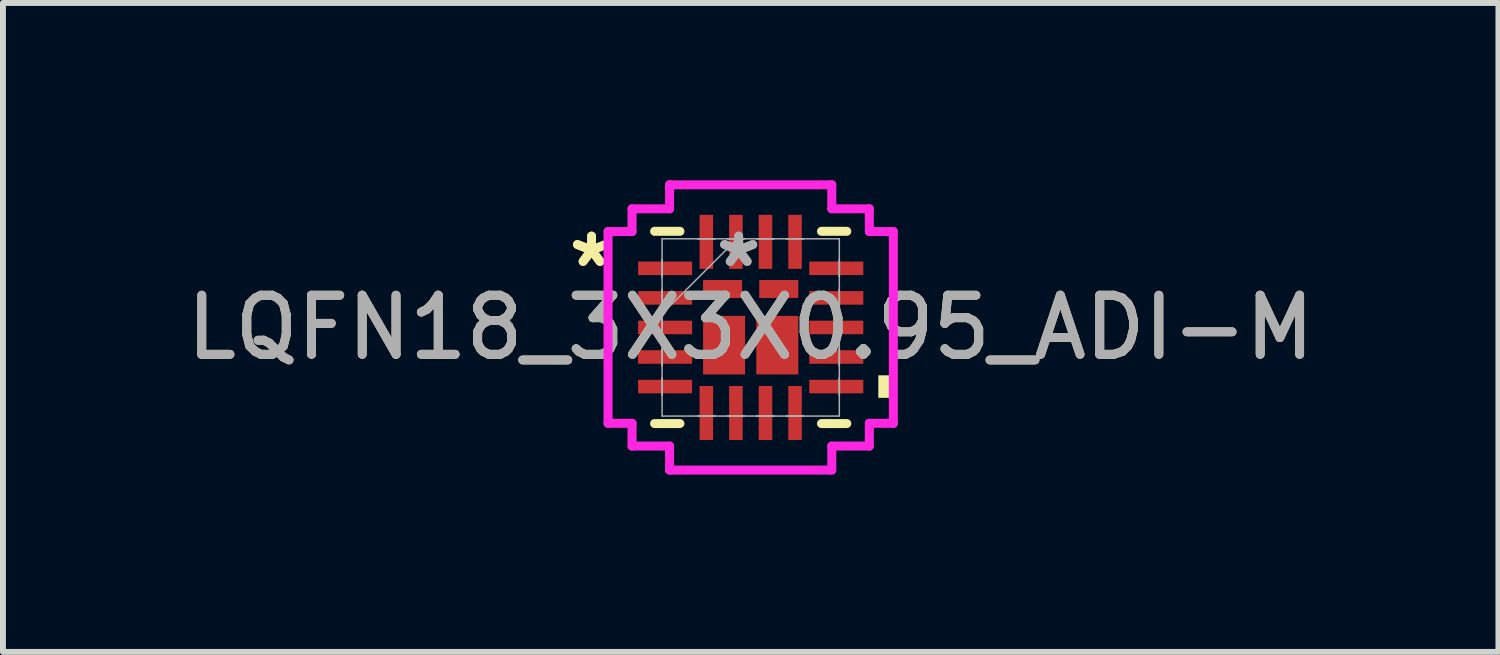
<source format=kicad_pcb>
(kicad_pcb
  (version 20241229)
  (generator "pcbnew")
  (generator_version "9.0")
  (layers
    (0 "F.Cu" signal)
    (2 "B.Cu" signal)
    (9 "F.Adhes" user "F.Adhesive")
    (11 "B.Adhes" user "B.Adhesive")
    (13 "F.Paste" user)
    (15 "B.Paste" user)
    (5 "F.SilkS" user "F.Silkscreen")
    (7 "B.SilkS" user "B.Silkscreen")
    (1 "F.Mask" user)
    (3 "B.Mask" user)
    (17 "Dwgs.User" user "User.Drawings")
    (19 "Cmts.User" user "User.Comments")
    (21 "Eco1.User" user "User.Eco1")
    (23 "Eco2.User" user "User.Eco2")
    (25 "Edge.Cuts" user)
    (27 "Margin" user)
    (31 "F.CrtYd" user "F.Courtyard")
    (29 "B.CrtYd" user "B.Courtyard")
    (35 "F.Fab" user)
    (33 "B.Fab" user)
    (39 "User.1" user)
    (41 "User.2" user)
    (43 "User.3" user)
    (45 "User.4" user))
  (footprint "LQFN18_3X3X0.95_ADI-M"
    (layer "F.Cu")
    (at 9.649 2.489)
    (property "Reference" "LQFN18_3X3X0.95_ADI-M" (at 0 0 0) (unlocked yes) (layer "F.SilkS") (effects (font (size 1 1) (thickness 0.15))))
    (attr smd)
    (fp_line (start -1.626 1.626) (end -1.197 1.626) (stroke (width 0.152) (type solid)) (layer "F.SilkS"))
    (fp_line (start -1.197 -1.626) (end -1.626 -1.626) (stroke (width 0.152) (type solid)) (layer "F.SilkS"))
    (fp_line (start 1.197 1.626) (end 1.626 1.626) (stroke (width 0.152) (type solid)) (layer "F.SilkS"))
    (fp_line (start 1.626 -1.626) (end 1.197 -1.626) (stroke (width 0.152) (type solid)) (layer "F.SilkS"))
    (fp_poly (pts (xy 2.413 0.81) (xy 2.413 1.191) (xy 2.159 1.191) (xy 2.159 0.81)) (stroke (width 0) (type solid)) (fill yes) (layer "F.SilkS"))
    (fp_line (start -2.413 -1.622) (end -2.007 -1.622) (stroke (width 0.152) (type solid)) (layer "F.CrtYd"))
    (fp_line (start -2.413 1.622) (end -2.413 -1.622) (stroke (width 0.152) (type solid)) (layer "F.CrtYd"))
    (fp_line (start -2.007 -2.007) (end -1.372 -2.007) (stroke (width 0.152) (type solid)) (layer "F.CrtYd"))
    (fp_line (start -2.007 -1.622) (end -2.007 -2.007) (stroke (width 0.152) (type solid)) (layer "F.CrtYd"))
    (fp_line (start -2.007 1.622) (end -2.413 1.622) (stroke (width 0.152) (type solid)) (layer "F.CrtYd"))
    (fp_line (start -2.007 2.007) (end -2.007 1.622) (stroke (width 0.152) (type solid)) (layer "F.CrtYd"))
    (fp_line (start -1.372 -2.413) (end 1.372 -2.413) (stroke (width 0.152) (type solid)) (layer "F.CrtYd"))
    (fp_line (start -1.372 -2.007) (end -1.372 -2.413) (stroke (width 0.152) (type solid)) (layer "F.CrtYd"))
    (fp_line (start -1.372 2.007) (end -2.007 2.007) (stroke (width 0.152) (type solid)) (layer "F.CrtYd"))
    (fp_line (start -1.372 2.413) (end -1.372 2.007) (stroke (width 0.152) (type solid)) (layer "F.CrtYd"))
    (fp_line (start 1.372 -2.413) (end 1.372 -2.007) (stroke (width 0.152) (type solid)) (layer "F.CrtYd"))
    (fp_line (start 1.372 -2.007) (end 2.007 -2.007) (stroke (width 0.152) (type solid)) (layer "F.CrtYd"))
    (fp_line (start 1.372 2.007) (end 1.372 2.413) (stroke (width 0.152) (type solid)) (layer "F.CrtYd"))
    (fp_line (start 1.372 2.413) (end -1.372 2.413) (stroke (width 0.152) (type solid)) (layer "F.CrtYd"))
    (fp_line (start 2.007 -2.007) (end 2.007 -1.622) (stroke (width 0.152) (type solid)) (layer "F.CrtYd"))
    (fp_line (start 2.007 -1.622) (end 2.413 -1.622) (stroke (width 0.152) (type solid)) (layer "F.CrtYd"))
    (fp_line (start 2.007 1.622) (end 2.007 2.007) (stroke (width 0.152) (type solid)) (layer "F.CrtYd"))
    (fp_line (start 2.007 2.007) (end 1.372 2.007) (stroke (width 0.152) (type solid)) (layer "F.CrtYd"))
    (fp_line (start 2.413 -1.622) (end 2.413 1.622) (stroke (width 0.152) (type solid)) (layer "F.CrtYd"))
    (fp_line (start 2.413 1.622) (end 2.007 1.622) (stroke (width 0.152) (type solid)) (layer "F.CrtYd"))
    (fp_line (start -1.499 -1.499) (end -1.499 1.499) (stroke (width 0.025) (type solid)) (layer "F.Fab"))
    (fp_line (start -1.499 -1.14) (end -1.499 -1.14) (stroke (width 0.025) (type solid)) (layer "F.Fab"))
    (fp_line (start -1.499 -1.14) (end -1.499 -0.86) (stroke (width 0.025) (type solid)) (layer "F.Fab"))
    (fp_line (start -1.499 -0.86) (end -1.499 -1.14) (stroke (width 0.025) (type solid)) (layer "F.Fab"))
    (fp_line (start -1.499 -0.86) (end -1.499 -0.86) (stroke (width 0.025) (type solid)) (layer "F.Fab"))
    (fp_line (start -1.499 -0.64) (end -1.499 -0.64) (stroke (width 0.025) (type solid)) (layer "F.Fab"))
    (fp_line (start -1.499 -0.64) (end -1.499 -0.36) (stroke (width 0.025) (type solid)) (layer "F.Fab"))
    (fp_line (start -1.499 -0.36) (end -1.499 -0.64) (stroke (width 0.025) (type solid)) (layer "F.Fab"))
    (fp_line (start -1.499 -0.36) (end -1.499 -0.36) (stroke (width 0.025) (type solid)) (layer "F.Fab"))
    (fp_line (start -1.499 -0.229) (end -0.229 -1.499) (stroke (width 0.025) (type solid)) (layer "F.Fab"))
    (fp_line (start -1.499 -0.14) (end -1.499 -0.14) (stroke (width 0.025) (type solid)) (layer "F.Fab"))
    (fp_line (start -1.499 -0.14) (end -1.499 0.14) (stroke (width 0.025) (type solid)) (layer "F.Fab"))
    (fp_line (start -1.499 0.14) (end -1.499 -0.14) (stroke (width 0.025) (type solid)) (layer "F.Fab"))
    (fp_line (start -1.499 0.14) (end -1.499 0.14) (stroke (width 0.025) (type solid)) (layer "F.Fab"))
    (fp_line (start -1.499 0.36) (end -1.499 0.36) (stroke (width 0.025) (type solid)) (layer "F.Fab"))
    (fp_line (start -1.499 0.36) (end -1.499 0.64) (stroke (width 0.025) (type solid)) (layer "F.Fab"))
    (fp_line (start -1.499 0.64) (end -1.499 0.36) (stroke (width 0.025) (type solid)) (layer "F.Fab"))
    (fp_line (start -1.499 0.64) (end -1.499 0.64) (stroke (width 0.025) (type solid)) (layer "F.Fab"))
    (fp_line (start -1.499 0.86) (end -1.499 0.86) (stroke (width 0.025) (type solid)) (layer "F.Fab"))
    (fp_line (start -1.499 0.86) (end -1.499 1.14) (stroke (width 0.025) (type solid)) (layer "F.Fab"))
    (fp_line (start -1.499 1.14) (end -1.499 0.86) (stroke (width 0.025) (type solid)) (layer "F.Fab"))
    (fp_line (start -1.499 1.14) (end -1.499 1.14) (stroke (width 0.025) (type solid)) (layer "F.Fab"))
    (fp_line (start -1.499 1.499) (end 1.499 1.499) (stroke (width 0.025) (type solid)) (layer "F.Fab"))
    (fp_line (start -0.89 -1.499) (end -0.89 -1.499) (stroke (width 0.025) (type solid)) (layer "F.Fab"))
    (fp_line (start -0.89 -1.499) (end -0.61 -1.499) (stroke (width 0.025) (type solid)) (layer "F.Fab"))
    (fp_line (start -0.89 1.499) (end -0.89 1.499) (stroke (width 0.025) (type solid)) (layer "F.Fab"))
    (fp_line (start -0.89 1.499) (end -0.61 1.499) (stroke (width 0.025) (type solid)) (layer "F.Fab"))
    (fp_line (start -0.61 -1.499) (end -0.89 -1.499) (stroke (width 0.025) (type solid)) (layer "F.Fab"))
    (fp_line (start -0.61 -1.499) (end -0.61 -1.499) (stroke (width 0.025) (type solid)) (layer "F.Fab"))
    (fp_line (start -0.61 1.499) (end -0.89 1.499) (stroke (width 0.025) (type solid)) (layer "F.Fab"))
    (fp_line (start -0.61 1.499) (end -0.61 1.499) (stroke (width 0.025) (type solid)) (layer "F.Fab"))
    (fp_line (start -0.39 -1.499) (end -0.39 -1.499) (stroke (width 0.025) (type solid)) (layer "F.Fab"))
    (fp_line (start -0.39 -1.499) (end -0.11 -1.499) (stroke (width 0.025) (type solid)) (layer "F.Fab"))
    (fp_line (start -0.39 1.499) (end -0.39 1.499) (stroke (width 0.025) (type solid)) (layer "F.Fab"))
    (fp_line (start -0.39 1.499) (end -0.11 1.499) (stroke (width 0.025) (type solid)) (layer "F.Fab"))
    (fp_line (start -0.11 -1.499) (end -0.39 -1.499) (stroke (width 0.025) (type solid)) (layer "F.Fab"))
    (fp_line (start -0.11 -1.499) (end -0.11 -1.499) (stroke (width 0.025) (type solid)) (layer "F.Fab"))
    (fp_line (start -0.11 1.499) (end -0.39 1.499) (stroke (width 0.025) (type solid)) (layer "F.Fab"))
    (fp_line (start -0.11 1.499) (end -0.11 1.499) (stroke (width 0.025) (type solid)) (layer "F.Fab"))
    (fp_line (start 0.11 -1.499) (end 0.11 -1.499) (stroke (width 0.025) (type solid)) (layer "F.Fab"))
    (fp_line (start 0.11 -1.499) (end 0.39 -1.499) (stroke (width 0.025) (type solid)) (layer "F.Fab"))
    (fp_line (start 0.11 1.499) (end 0.11 1.499) (stroke (width 0.025) (type solid)) (layer "F.Fab"))
    (fp_line (start 0.11 1.499) (end 0.39 1.499) (stroke (width 0.025) (type solid)) (layer "F.Fab"))
    (fp_line (start 0.39 -1.499) (end 0.11 -1.499) (stroke (width 0.025) (type solid)) (layer "F.Fab"))
    (fp_line (start 0.39 -1.499) (end 0.39 -1.499) (stroke (width 0.025) (type solid)) (layer "F.Fab"))
    (fp_line (start 0.39 1.499) (end 0.11 1.499) (stroke (width 0.025) (type solid)) (layer "F.Fab"))
    (fp_line (start 0.39 1.499) (end 0.39 1.499) (stroke (width 0.025) (type solid)) (layer "F.Fab"))
    (fp_line (start 0.61 -1.499) (end 0.61 -1.499) (stroke (width 0.025) (type solid)) (layer "F.Fab"))
    (fp_line (start 0.61 -1.499) (end 0.89 -1.499) (stroke (width 0.025) (type solid)) (layer "F.Fab"))
    (fp_line (start 0.61 1.499) (end 0.61 1.499) (stroke (width 0.025) (type solid)) (layer "F.Fab"))
    (fp_line (start 0.61 1.499) (end 0.89 1.499) (stroke (width 0.025) (type solid)) (layer "F.Fab"))
    (fp_line (start 0.89 -1.499) (end 0.61 -1.499) (stroke (width 0.025) (type solid)) (layer "F.Fab"))
    (fp_line (start 0.89 -1.499) (end 0.89 -1.499) (stroke (width 0.025) (type solid)) (layer "F.Fab"))
    (fp_line (start 0.89 1.499) (end 0.61 1.499) (stroke (width 0.025) (type solid)) (layer "F.Fab"))
    (fp_line (start 0.89 1.499) (end 0.89 1.499) (stroke (width 0.025) (type solid)) (layer "F.Fab"))
    (fp_line (start 1.499 -1.499) (end -1.499 -1.499) (stroke (width 0.025) (type solid)) (layer "F.Fab"))
    (fp_line (start 1.499 -1.14) (end 1.499 -1.14) (stroke (width 0.025) (type solid)) (layer "F.Fab"))
    (fp_line (start 1.499 -1.14) (end 1.499 -0.86) (stroke (width 0.025) (type solid)) (layer "F.Fab"))
    (fp_line (start 1.499 -0.86) (end 1.499 -1.14) (stroke (width 0.025) (type solid)) (layer "F.Fab"))
    (fp_line (start 1.499 -0.86) (end 1.499 -0.86) (stroke (width 0.025) (type solid)) (layer "F.Fab"))
    (fp_line (start 1.499 -0.64) (end 1.499 -0.64) (stroke (width 0.025) (type solid)) (layer "F.Fab"))
    (fp_line (start 1.499 -0.64) (end 1.499 -0.36) (stroke (width 0.025) (type solid)) (layer "F.Fab"))
    (fp_line (start 1.499 -0.36) (end 1.499 -0.64) (stroke (width 0.025) (type solid)) (layer "F.Fab"))
    (fp_line (start 1.499 -0.36) (end 1.499 -0.36) (stroke (width 0.025) (type solid)) (layer "F.Fab"))
    (fp_line (start 1.499 -0.14) (end 1.499 -0.14) (stroke (width 0.025) (type solid)) (layer "F.Fab"))
    (fp_line (start 1.499 -0.14) (end 1.499 0.14) (stroke (width 0.025) (type solid)) (layer "F.Fab"))
    (fp_line (start 1.499 0.14) (end 1.499 -0.14) (stroke (width 0.025) (type solid)) (layer "F.Fab"))
    (fp_line (start 1.499 0.14) (end 1.499 0.14) (stroke (width 0.025) (type solid)) (layer "F.Fab"))
    (fp_line (start 1.499 0.36) (end 1.499 0.36) (stroke (width 0.025) (type solid)) (layer "F.Fab"))
    (fp_line (start 1.499 0.36) (end 1.499 0.64) (stroke (width 0.025) (type solid)) (layer "F.Fab"))
    (fp_line (start 1.499 0.64) (end 1.499 0.36) (stroke (width 0.025) (type solid)) (layer "F.Fab"))
    (fp_line (start 1.499 0.64) (end 1.499 0.64) (stroke (width 0.025) (type solid)) (layer "F.Fab"))
    (fp_line (start 1.499 0.86) (end 1.499 0.86) (stroke (width 0.025) (type solid)) (layer "F.Fab"))
    (fp_line (start 1.499 0.86) (end 1.499 1.14) (stroke (width 0.025) (type solid)) (layer "F.Fab"))
    (fp_line (start 1.499 1.14) (end 1.499 0.86) (stroke (width 0.025) (type solid)) (layer "F.Fab"))
    (fp_line (start 1.499 1.14) (end 1.499 1.14) (stroke (width 0.025) (type solid)) (layer "F.Fab"))
    (fp_line (start 1.499 1.499) (end 1.499 -1.499) (stroke (width 0.025) (type solid)) (layer "F.Fab"))
    (fp_text user "*" (at -2.692 -1 0) (unlocked yes) (layer "F.SilkS") (effects (font (size 1 1) (thickness 0.15))))
    (fp_text user "*" (at -2.692 -1 0) (layer "F.SilkS") (effects (font (size 1 1) (thickness 0.15))))
    (fp_text user "*" (at -0.203 -1 0) (unlocked yes) (layer "F.Fab") (effects (font (size 1 1) (thickness 0.15))))
    (fp_text user "${REFERENCE}" (at 0 0 0) (unlocked yes) (layer "F.Fab") (effects (font (size 1 1) (thickness 0.15))))
    (fp_text user "*" (at -0.203 -1 0) (layer "F.Fab") (effects (font (size 1 1) (thickness 0.15))))
    (pad "1" smd rect (at -1.448 -1 90) (size 0.229 0.914) (layers "F.Cu" "F.Mask" "F.Paste"))
    (pad "2" smd rect (at -1.448 -0.5 90) (size 0.229 0.914) (layers "F.Cu" "F.Mask" "F.Paste"))
    (pad "3" smd rect (at -1.448 0 90) (size 0.229 0.914) (layers "F.Cu" "F.Mask" "F.Paste"))
    (pad "4" smd rect (at -1.448 0.5 90) (size 0.229 0.914) (layers "F.Cu" "F.Mask" "F.Paste"))
    (pad "5" smd rect (at -1.448 1 90) (size 0.229 0.914) (layers "F.Cu" "F.Mask" "F.Paste"))
    (pad "6" smd rect (at -0.75 1.448) (size 0.229 0.914) (layers "F.Cu" "F.Mask" "F.Paste"))
    (pad "7" smd rect (at -0.25 1.448) (size 0.229 0.914) (layers "F.Cu" "F.Mask" "F.Paste"))
    (pad "8" smd rect (at 0.25 1.448) (size 0.229 0.914) (layers "F.Cu" "F.Mask" "F.Paste"))
    (pad "9" smd rect (at 0.75 1.448) (size 0.229 0.914) (layers "F.Cu" "F.Mask" "F.Paste"))
    (pad "10" smd rect (at 1.448 1 90) (size 0.229 0.914) (layers "F.Cu" "F.Mask" "F.Paste"))
    (pad "11" smd rect (at 1.448 0.5 90) (size 0.229 0.914) (layers "F.Cu" "F.Mask" "F.Paste"))
    (pad "12" smd rect (at 1.448 0 90) (size 0.229 0.914) (layers "F.Cu" "F.Mask" "F.Paste"))
    (pad "13" smd rect (at 1.448 -0.5 90) (size 0.229 0.914) (layers "F.Cu" "F.Mask" "F.Paste"))
    (pad "14" smd rect (at 1.448 -1 90) (size 0.229 0.914) (layers "F.Cu" "F.Mask" "F.Paste"))
    (pad "15" smd rect (at 0.75 -1.448) (size 0.229 0.914) (layers "F.Cu" "F.Mask" "F.Paste"))
    (pad "16" smd rect (at 0.25 -1.448) (size 0.229 0.914) (layers "F.Cu" "F.Mask" "F.Paste"))
    (pad "17" smd rect (at -0.25 -1.448) (size 0.229 0.914) (layers "F.Cu" "F.Mask" "F.Paste"))
    (pad "18" smd rect (at -0.75 -1.448) (size 0.229 0.914) (layers "F.Cu" "F.Mask" "F.Paste"))
    (pad "19" smd rect (at -0.475 -0.65) (size 0.66 0.305) (layers "F.Cu" "F.Mask" "F.Paste"))
    (pad "20" smd rect (at 0.475 -0.65) (size 0.66 0.305) (layers "F.Cu" "F.Mask" "F.Paste"))
    (pad "21" smd rect (at -0.45 0.3) (size 0.711 0.991) (layers "F.Cu" "F.Mask" "F.Paste"))
    (pad "22" smd rect (at 0.45 0.3) (size 0.711 0.991) (layers "F.Cu" "F.Mask" "F.Paste")))
  (gr_rect
    (start -3 -3)
    (end 22.298 7.978)
    (stroke (width 0.1) (type default))
    (fill no)
    (layer "Edge.Cuts")))
</source>
